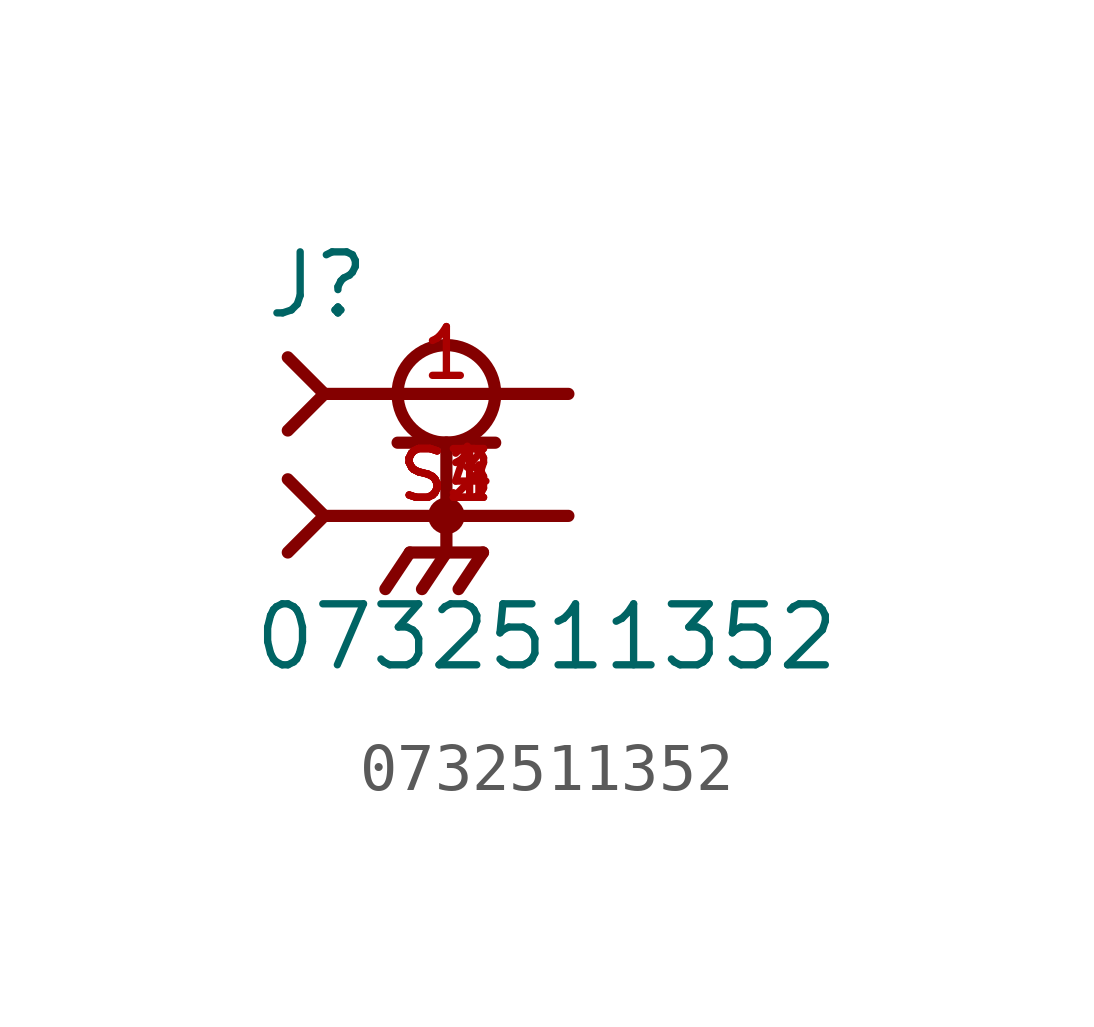
<source format=kicad_sym>
(kicad_symbol_lib
  (version 20211014)
  (generator kicad_symbol_editor)
  (symbol "0732511352"
    (pin_names
      (offset 1.016))
    (property "Reference" "J"
      (at -3.81 1.524 0)
      (effects (font (size 1.27 1.27)) (justify bottom left)))
    (property "Value" "0732511352"
      (at -4.064 -4.318 0)
      (effects (font (size 1.27 1.27)) (justify top left)))
    (symbol "0732511352_0_0"
      (circle (center 0.0 0.0) (radius 1.016) (stroke (width 0.254)) (fill (type none)))
      (polyline (pts (xy -1.016 -1.016) (xy 0.0 -1.016)) (stroke (width 0.254)))
      (polyline (pts (xy 0.0 -1.016) (xy 1.016 -1.016)) (stroke (width 0.254)))
      (polyline (pts (xy 0.0 -2.54) (xy -2.54 -2.54)) (stroke (width 0.254)))
      (polyline (pts (xy -3.302 0.762) (xy -2.54 0.0)) (stroke (width 0.254)))
      (polyline (pts (xy -3.302 -0.762) (xy -2.54 0.0)) (stroke (width 0.254)))
      (polyline (pts (xy 0.0 -1.016) (xy 0.0 -2.54)) (stroke (width 0.254)))
      (circle (center 0.0 -2.54) (radius 0.254) (stroke (width 0.254)) (fill (type none)))
      (polyline (pts (xy -2.54 0.0) (xy 2.54 0.0)) (stroke (width 0.254)))
      (polyline (pts (xy 2.54 -2.54) (xy 0.0 -2.54)) (stroke (width 0.254)))
      (polyline (pts (xy 0.0 -2.54) (xy 0.0 -3.302)) (stroke (width 0.254)))
      (polyline (pts (xy 0.0 -3.302) (xy -0.762 -3.302)) (stroke (width 0.254)))
      (polyline (pts (xy 0.0 -3.302) (xy 0.762 -3.302)) (stroke (width 0.254)))
      (polyline (pts (xy -0.762 -3.302) (xy -1.27 -4.064)) (stroke (width 0.254)))
      (polyline (pts (xy 0.0 -3.302) (xy -0.508 -4.064)) (stroke (width 0.254)))
      (polyline (pts (xy 0.762 -3.302) (xy 0.254 -4.064)) (stroke (width 0.254)))
      (polyline (pts (xy -3.302 -1.778) (xy -2.54 -2.54)) (stroke (width 0.254)))
      (polyline (pts (xy -3.302 -3.302) (xy -2.54 -2.54)) (stroke (width 0.254)))
      (pin passive line (at 2.54 0.0 180.0) (length 5.08) (name "~" (effects (font (size 1.016 1.016)))) (number "1" (effects (font (size 1.016 1.016)))))
      (pin passive line (at 2.54 -2.54 180.0) (length 5.08) (name "~" (effects (font (size 1.016 1.016)))) (number "S1" (effects (font (size 1.016 1.016)))))
      (pin passive line (at 2.54 -2.54 180.0) (length 5.08) (name "~" (effects (font (size 1.016 1.016)))) (number "S2" (effects (font (size 1.016 1.016)))))
      (pin passive line (at 2.54 -2.54 180.0) (length 5.08) (name "~" (effects (font (size 1.016 1.016)))) (number "S3" (effects (font (size 1.016 1.016)))))
      (pin passive line (at 2.54 -2.54 180.0) (length 5.08) (name "~" (effects (font (size 1.016 1.016)))) (number "S4" (effects (font (size 1.016 1.016))))))))
</source>
